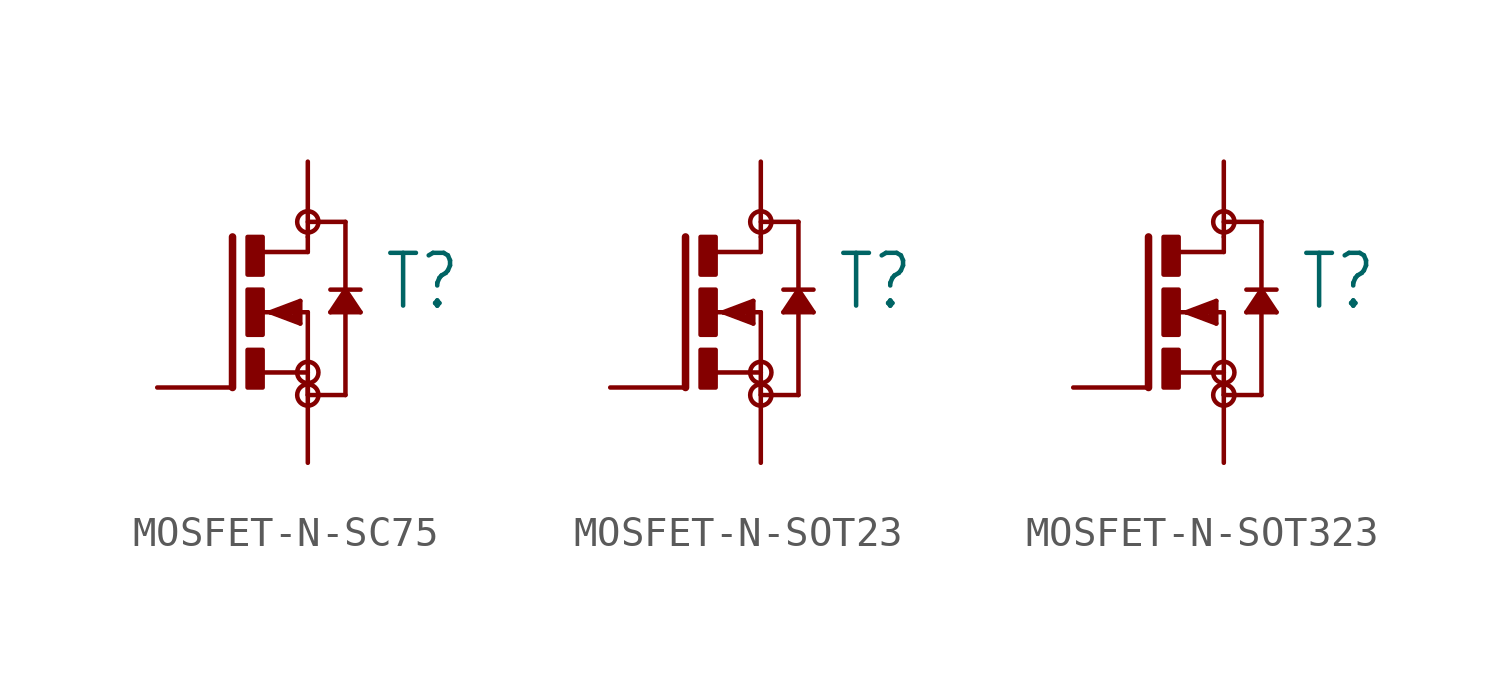
<source format=kicad_sym>
(kicad_symbol_lib
  (version 20241209)
  (generator "kicad_symbol_editor")
  (generator_version "9.0")
  (symbol "MOSFET-N-SC75"
    (property "Reference" "T"
      (at 2.54 0 0)
      (effects (font (size 1.778 1.511)) (justify left bottom)))
    (property "Value" ""
      (at 2.54 -2.54 0)
      (effects (font (size 1.778 1.511)) (justify left bottom)))
    (property "ki_locked" ""
      (at 0 0 0)
      (effects (font (size 1.27 1.27))))
    (symbol "MOSFET-N-SC75_1_0"
      (polyline (pts (xy -2.54 2.54) (xy -2.54 -2.54)) (stroke (width 0.254) (type solid)) (fill (type none)))
      (rectangle (start -2.032 1.27) (end -1.524 2.54) (stroke (width 0) (type default)) (fill (type outline)))
      (rectangle (start -2.032 -0.762) (end -1.524 0.762) (stroke (width 0) (type default)) (fill (type outline)))
      (rectangle (start -2.032 -2.54) (end -1.524 -1.27) (stroke (width 0) (type default)) (fill (type outline)))
      (polyline (pts (xy -1.524 2.032) (xy 0 2.032)) (stroke (width 0.152) (type solid)) (fill (type none)))
      (polyline (pts (xy -1.524 0) (xy -1.27 0)) (stroke (width 0.152) (type solid)) (fill (type none)))
      (polyline (pts (xy -1.524 -2.032) (xy 0 -2.032)) (stroke (width 0.152) (type solid)) (fill (type none)))
      (polyline (pts (xy -1.27 0) (xy -1.016 0)) (stroke (width 0.152) (type solid)) (fill (type none)))
      (polyline (pts (xy -1.27 0) (xy -0.254 0.381)) (stroke (width 0.152) (type solid)) (fill (type none)))
      (polyline (pts (xy -1.016 0) (xy -0.889 0)) (stroke (width 0.152) (type solid)) (fill (type none)))
      (polyline (pts (xy -1.016 0) (xy -0.381 -0.254)) (stroke (width 0.254) (type solid)) (fill (type none)))
      (polyline (pts (xy -0.889 0) (xy 0 0)) (stroke (width 0.152) (type solid)) (fill (type none)))
      (polyline (pts (xy -0.381 0.254) (xy -0.889 0)) (stroke (width 0.254) (type solid)) (fill (type none)))
      (polyline (pts (xy -0.381 -0.254) (xy -0.381 0.254)) (stroke (width 0.254) (type solid)) (fill (type none)))
      (polyline (pts (xy -0.254 0.381) (xy -0.254 -0.381)) (stroke (width 0.152) (type solid)) (fill (type none)))
      (polyline (pts (xy -0.254 -0.381) (xy -1.27 0)) (stroke (width 0.152) (type solid)) (fill (type none)))
      (circle (center 0 3.048) (radius 0.359) (stroke (width 0) (type solid)) (fill (type none)))
      (polyline (pts (xy 0 3.048) (xy 1.27 3.048)) (stroke (width 0.152) (type solid)) (fill (type none)))
      (polyline (pts (xy 0 2.032) (xy 0 2.54)) (stroke (width 0.152) (type solid)) (fill (type none)))
      (polyline (pts (xy 0 0) (xy 0 -2.032)) (stroke (width 0.152) (type solid)) (fill (type none)))
      (polyline (pts (xy 0 -2.032) (xy 0 -2.794)) (stroke (width 0.152) (type solid)) (fill (type none)))
      (circle (center 0 -2.032) (radius 0.359) (stroke (width 0) (type solid)) (fill (type none)))
      (circle (center 0 -2.794) (radius 0.359) (stroke (width 0) (type solid)) (fill (type none)))
      (polyline (pts (xy 0.762 0) (xy 1.27 0.762)) (stroke (width 0.152) (type solid)) (fill (type none)))
      (polyline (pts (xy 1.016 0.127) (xy 1.524 0.127)) (stroke (width 0.254) (type solid)) (fill (type none)))
      (polyline (pts (xy 1.27 3.048) (xy 1.27 0.762)) (stroke (width 0.152) (type solid)) (fill (type none)))
      (polyline (pts (xy 1.27 0.762) (xy 1.27 0.508)) (stroke (width 0.152) (type solid)) (fill (type none)))
      (polyline (pts (xy 1.27 0.762) (xy 1.778 0)) (stroke (width 0.152) (type solid)) (fill (type none)))
      (polyline (pts (xy 1.27 0.508) (xy 1.016 0.127)) (stroke (width 0.254) (type solid)) (fill (type none)))
      (polyline (pts (xy 1.27 0.508) (xy 1.27 -2.794)) (stroke (width 0.152) (type solid)) (fill (type none)))
      (polyline (pts (xy 1.27 -2.794) (xy 0 -2.794)) (stroke (width 0.152) (type solid)) (fill (type none)))
      (polyline (pts (xy 1.524 0.127) (xy 1.27 0.508)) (stroke (width 0.254) (type solid)) (fill (type none)))
      (polyline (pts (xy 1.778 0.762) (xy 0.762 0.762)) (stroke (width 0.152) (type solid)) (fill (type none)))
      (polyline (pts (xy 1.778 0) (xy 0.762 0)) (stroke (width 0.152) (type solid)) (fill (type none)))
      (pin passive line (at -5.08 -2.54 0) (length 2.54) (name "G" (effects (font (size 0 0)))) (number "1" (effects (font (size 0 0)))))
      (pin passive line (at 0 5.08 270) (length 2.54) (name "D" (effects (font (size 0 0)))) (number "3" (effects (font (size 0 0)))))
      (pin passive line (at 0 -5.08 90) (length 2.54) (name "S" (effects (font (size 0 0)))) (number "2" (effects (font (size 0 0)))))))
  (symbol "MOSFET-N-SOT23"
    (property "Reference" "T"
      (at 2.54 0 0)
      (effects (font (size 1.778 1.511)) (justify left bottom)))
    (property "Value" ""
      (at 2.54 -2.54 0)
      (effects (font (size 1.778 1.511)) (justify left bottom)))
    (property "ki_locked" ""
      (at 0 0 0)
      (effects (font (size 1.27 1.27))))
    (symbol "MOSFET-N-SOT23_1_0"
      (polyline (pts (xy -2.54 2.54) (xy -2.54 -2.54)) (stroke (width 0.254) (type solid)) (fill (type none)))
      (rectangle (start -2.032 1.27) (end -1.524 2.54) (stroke (width 0) (type default)) (fill (type outline)))
      (rectangle (start -2.032 -0.762) (end -1.524 0.762) (stroke (width 0) (type default)) (fill (type outline)))
      (rectangle (start -2.032 -2.54) (end -1.524 -1.27) (stroke (width 0) (type default)) (fill (type outline)))
      (polyline (pts (xy -1.524 2.032) (xy 0 2.032)) (stroke (width 0.152) (type solid)) (fill (type none)))
      (polyline (pts (xy -1.524 0) (xy -1.27 0)) (stroke (width 0.152) (type solid)) (fill (type none)))
      (polyline (pts (xy -1.524 -2.032) (xy 0 -2.032)) (stroke (width 0.152) (type solid)) (fill (type none)))
      (polyline (pts (xy -1.27 0) (xy -1.016 0)) (stroke (width 0.152) (type solid)) (fill (type none)))
      (polyline (pts (xy -1.27 0) (xy -0.254 0.381)) (stroke (width 0.152) (type solid)) (fill (type none)))
      (polyline (pts (xy -1.016 0) (xy -0.889 0)) (stroke (width 0.152) (type solid)) (fill (type none)))
      (polyline (pts (xy -1.016 0) (xy -0.381 -0.254)) (stroke (width 0.254) (type solid)) (fill (type none)))
      (polyline (pts (xy -0.889 0) (xy 0 0)) (stroke (width 0.152) (type solid)) (fill (type none)))
      (polyline (pts (xy -0.381 0.254) (xy -0.889 0)) (stroke (width 0.254) (type solid)) (fill (type none)))
      (polyline (pts (xy -0.381 -0.254) (xy -0.381 0.254)) (stroke (width 0.254) (type solid)) (fill (type none)))
      (polyline (pts (xy -0.254 0.381) (xy -0.254 -0.381)) (stroke (width 0.152) (type solid)) (fill (type none)))
      (polyline (pts (xy -0.254 -0.381) (xy -1.27 0)) (stroke (width 0.152) (type solid)) (fill (type none)))
      (circle (center 0 3.048) (radius 0.359) (stroke (width 0) (type solid)) (fill (type none)))
      (polyline (pts (xy 0 3.048) (xy 1.27 3.048)) (stroke (width 0.152) (type solid)) (fill (type none)))
      (polyline (pts (xy 0 2.032) (xy 0 2.54)) (stroke (width 0.152) (type solid)) (fill (type none)))
      (polyline (pts (xy 0 0) (xy 0 -2.032)) (stroke (width 0.152) (type solid)) (fill (type none)))
      (polyline (pts (xy 0 -2.032) (xy 0 -2.794)) (stroke (width 0.152) (type solid)) (fill (type none)))
      (circle (center 0 -2.032) (radius 0.359) (stroke (width 0) (type solid)) (fill (type none)))
      (circle (center 0 -2.794) (radius 0.359) (stroke (width 0) (type solid)) (fill (type none)))
      (polyline (pts (xy 0.762 0) (xy 1.27 0.762)) (stroke (width 0.152) (type solid)) (fill (type none)))
      (polyline (pts (xy 1.016 0.127) (xy 1.524 0.127)) (stroke (width 0.254) (type solid)) (fill (type none)))
      (polyline (pts (xy 1.27 3.048) (xy 1.27 0.762)) (stroke (width 0.152) (type solid)) (fill (type none)))
      (polyline (pts (xy 1.27 0.762) (xy 1.27 0.508)) (stroke (width 0.152) (type solid)) (fill (type none)))
      (polyline (pts (xy 1.27 0.762) (xy 1.778 0)) (stroke (width 0.152) (type solid)) (fill (type none)))
      (polyline (pts (xy 1.27 0.508) (xy 1.016 0.127)) (stroke (width 0.254) (type solid)) (fill (type none)))
      (polyline (pts (xy 1.27 0.508) (xy 1.27 -2.794)) (stroke (width 0.152) (type solid)) (fill (type none)))
      (polyline (pts (xy 1.27 -2.794) (xy 0 -2.794)) (stroke (width 0.152) (type solid)) (fill (type none)))
      (polyline (pts (xy 1.524 0.127) (xy 1.27 0.508)) (stroke (width 0.254) (type solid)) (fill (type none)))
      (polyline (pts (xy 1.778 0.762) (xy 0.762 0.762)) (stroke (width 0.152) (type solid)) (fill (type none)))
      (polyline (pts (xy 1.778 0) (xy 0.762 0)) (stroke (width 0.152) (type solid)) (fill (type none)))
      (pin passive line (at -5.08 -2.54 0) (length 2.54) (name "G" (effects (font (size 0 0)))) (number "1" (effects (font (size 0 0)))))
      (pin passive line (at 0 5.08 270) (length 2.54) (name "D" (effects (font (size 0 0)))) (number "3" (effects (font (size 0 0)))))
      (pin passive line (at 0 -5.08 90) (length 2.54) (name "S" (effects (font (size 0 0)))) (number "2" (effects (font (size 0 0)))))))
  (symbol "MOSFET-N-SOT323"
    (property "Reference" "T"
      (at 2.54 0 0)
      (effects (font (size 1.778 1.511)) (justify left bottom)))
    (property "Value" ""
      (at 2.54 -2.54 0)
      (effects (font (size 1.778 1.511)) (justify left bottom)))
    (property "ki_locked" ""
      (at 0 0 0)
      (effects (font (size 1.27 1.27))))
    (symbol "MOSFET-N-SOT323_1_0"
      (polyline (pts (xy -2.54 2.54) (xy -2.54 -2.54)) (stroke (width 0.254) (type solid)) (fill (type none)))
      (rectangle (start -2.032 1.27) (end -1.524 2.54) (stroke (width 0) (type default)) (fill (type outline)))
      (rectangle (start -2.032 -0.762) (end -1.524 0.762) (stroke (width 0) (type default)) (fill (type outline)))
      (rectangle (start -2.032 -2.54) (end -1.524 -1.27) (stroke (width 0) (type default)) (fill (type outline)))
      (polyline (pts (xy -1.524 2.032) (xy 0 2.032)) (stroke (width 0.152) (type solid)) (fill (type none)))
      (polyline (pts (xy -1.524 0) (xy -1.27 0)) (stroke (width 0.152) (type solid)) (fill (type none)))
      (polyline (pts (xy -1.524 -2.032) (xy 0 -2.032)) (stroke (width 0.152) (type solid)) (fill (type none)))
      (polyline (pts (xy -1.27 0) (xy -1.016 0)) (stroke (width 0.152) (type solid)) (fill (type none)))
      (polyline (pts (xy -1.27 0) (xy -0.254 0.381)) (stroke (width 0.152) (type solid)) (fill (type none)))
      (polyline (pts (xy -1.016 0) (xy -0.889 0)) (stroke (width 0.152) (type solid)) (fill (type none)))
      (polyline (pts (xy -1.016 0) (xy -0.381 -0.254)) (stroke (width 0.254) (type solid)) (fill (type none)))
      (polyline (pts (xy -0.889 0) (xy 0 0)) (stroke (width 0.152) (type solid)) (fill (type none)))
      (polyline (pts (xy -0.381 0.254) (xy -0.889 0)) (stroke (width 0.254) (type solid)) (fill (type none)))
      (polyline (pts (xy -0.381 -0.254) (xy -0.381 0.254)) (stroke (width 0.254) (type solid)) (fill (type none)))
      (polyline (pts (xy -0.254 0.381) (xy -0.254 -0.381)) (stroke (width 0.152) (type solid)) (fill (type none)))
      (polyline (pts (xy -0.254 -0.381) (xy -1.27 0)) (stroke (width 0.152) (type solid)) (fill (type none)))
      (circle (center 0 3.048) (radius 0.359) (stroke (width 0) (type solid)) (fill (type none)))
      (polyline (pts (xy 0 3.048) (xy 1.27 3.048)) (stroke (width 0.152) (type solid)) (fill (type none)))
      (polyline (pts (xy 0 2.032) (xy 0 2.54)) (stroke (width 0.152) (type solid)) (fill (type none)))
      (polyline (pts (xy 0 0) (xy 0 -2.032)) (stroke (width 0.152) (type solid)) (fill (type none)))
      (polyline (pts (xy 0 -2.032) (xy 0 -2.794)) (stroke (width 0.152) (type solid)) (fill (type none)))
      (circle (center 0 -2.032) (radius 0.359) (stroke (width 0) (type solid)) (fill (type none)))
      (circle (center 0 -2.794) (radius 0.359) (stroke (width 0) (type solid)) (fill (type none)))
      (polyline (pts (xy 0.762 0) (xy 1.27 0.762)) (stroke (width 0.152) (type solid)) (fill (type none)))
      (polyline (pts (xy 1.016 0.127) (xy 1.524 0.127)) (stroke (width 0.254) (type solid)) (fill (type none)))
      (polyline (pts (xy 1.27 3.048) (xy 1.27 0.762)) (stroke (width 0.152) (type solid)) (fill (type none)))
      (polyline (pts (xy 1.27 0.762) (xy 1.27 0.508)) (stroke (width 0.152) (type solid)) (fill (type none)))
      (polyline (pts (xy 1.27 0.762) (xy 1.778 0)) (stroke (width 0.152) (type solid)) (fill (type none)))
      (polyline (pts (xy 1.27 0.508) (xy 1.016 0.127)) (stroke (width 0.254) (type solid)) (fill (type none)))
      (polyline (pts (xy 1.27 0.508) (xy 1.27 -2.794)) (stroke (width 0.152) (type solid)) (fill (type none)))
      (polyline (pts (xy 1.27 -2.794) (xy 0 -2.794)) (stroke (width 0.152) (type solid)) (fill (type none)))
      (polyline (pts (xy 1.524 0.127) (xy 1.27 0.508)) (stroke (width 0.254) (type solid)) (fill (type none)))
      (polyline (pts (xy 1.778 0.762) (xy 0.762 0.762)) (stroke (width 0.152) (type solid)) (fill (type none)))
      (polyline (pts (xy 1.778 0) (xy 0.762 0)) (stroke (width 0.152) (type solid)) (fill (type none)))
      (pin passive line (at -5.08 -2.54 0) (length 2.54) (name "G" (effects (font (size 0 0)))) (number "1" (effects (font (size 0 0)))))
      (pin passive line (at 0 5.08 270) (length 2.54) (name "D" (effects (font (size 0 0)))) (number "3" (effects (font (size 0 0)))))
      (pin passive line (at 0 -5.08 90) (length 2.54) (name "S" (effects (font (size 0 0)))) (number "2" (effects (font (size 0 0))))))))
</source>
